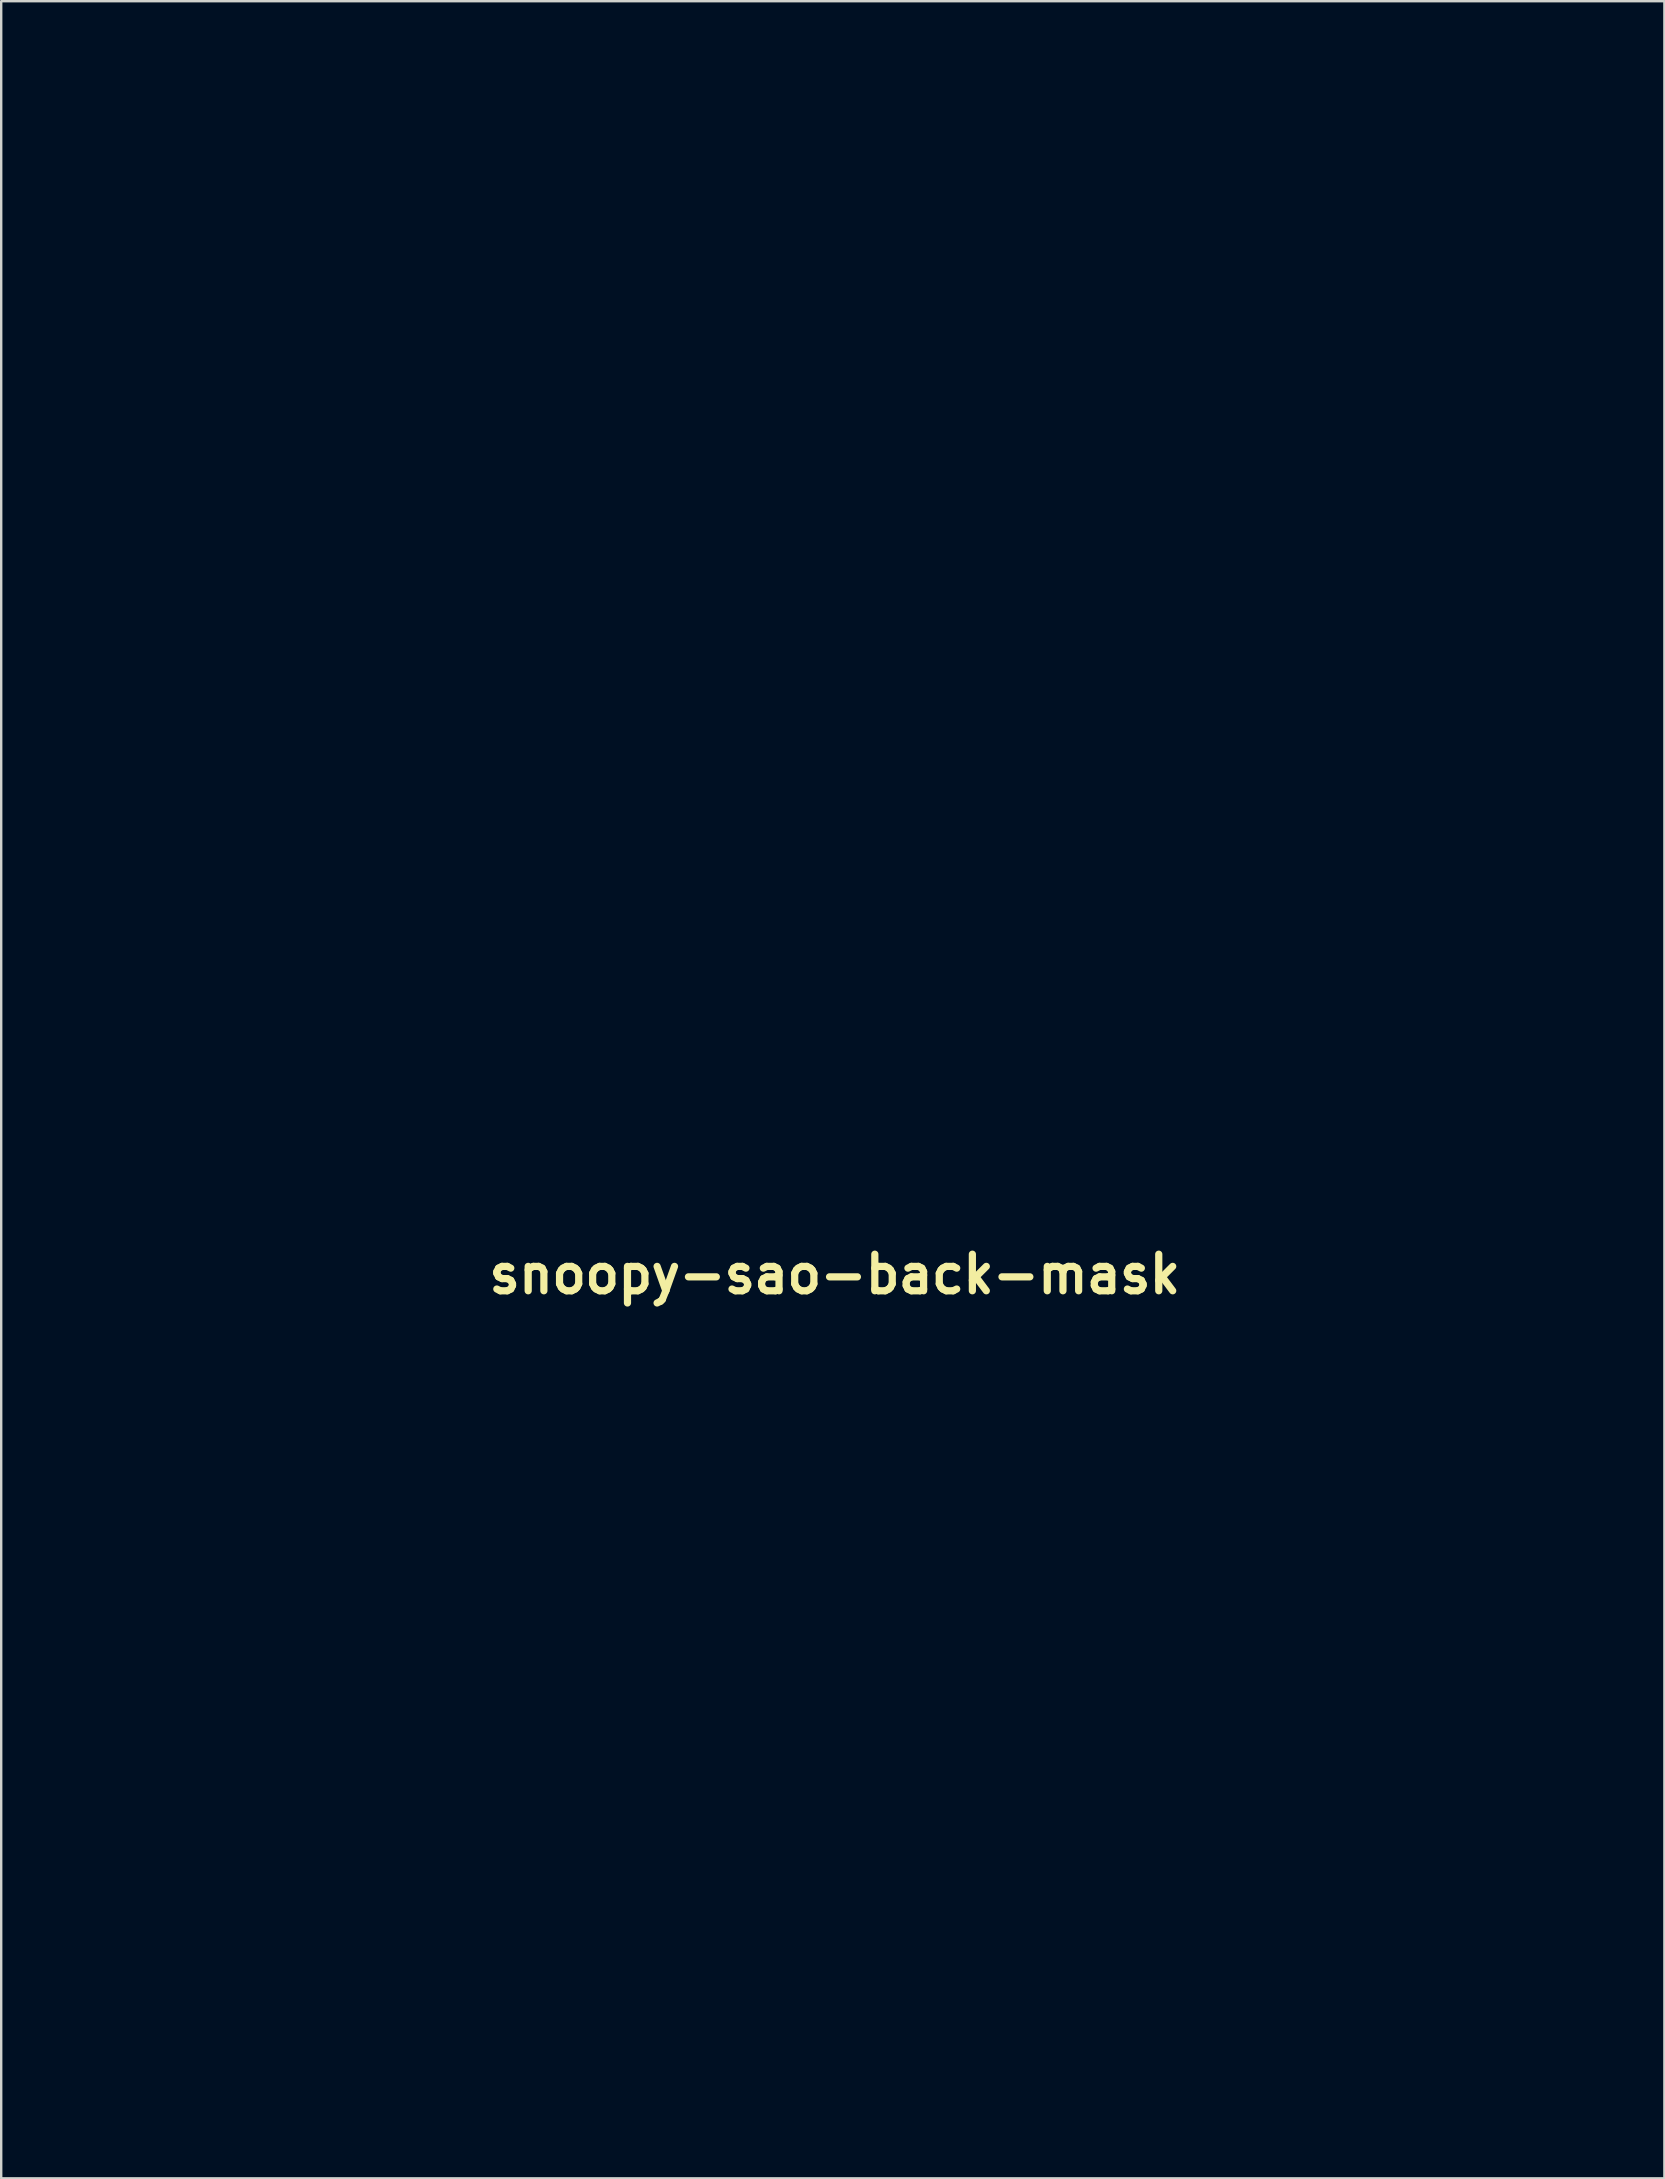
<source format=kicad_pcb>
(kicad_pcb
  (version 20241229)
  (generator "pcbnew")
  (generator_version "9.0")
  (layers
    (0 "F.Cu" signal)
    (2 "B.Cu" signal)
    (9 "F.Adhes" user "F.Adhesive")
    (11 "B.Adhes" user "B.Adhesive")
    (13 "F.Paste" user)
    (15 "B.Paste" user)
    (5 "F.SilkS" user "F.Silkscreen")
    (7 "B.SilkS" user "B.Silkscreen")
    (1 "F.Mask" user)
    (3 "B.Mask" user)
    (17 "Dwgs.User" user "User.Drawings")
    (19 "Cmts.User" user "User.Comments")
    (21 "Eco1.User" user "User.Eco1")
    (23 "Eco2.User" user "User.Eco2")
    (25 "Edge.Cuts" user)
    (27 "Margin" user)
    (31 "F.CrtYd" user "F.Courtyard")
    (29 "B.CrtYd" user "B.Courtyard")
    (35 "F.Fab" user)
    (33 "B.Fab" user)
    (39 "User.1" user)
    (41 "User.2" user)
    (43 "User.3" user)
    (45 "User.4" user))
  (footprint "snoopy-sao-back-mask"
    (layer "F.Cu")
    (at 31.728 50.037)
    (property "Reference" "snoopy-sao-back-mask" (at 0 0 0) (layer "F.SilkS") (effects (font (size 1.524 1.524) (thickness 0.3))))
    (attr through_hole)
    (fp_poly (pts (xy 0.711 -34.122) (xy 1.103 -33.608) (xy 1.427 -32.756) (xy 1.655 -31.624) (xy 1.756 -30.266) (xy 1.758 -30.19) (xy 1.731 -29.297) (xy 1.601 -28.8) (xy 1.376 -28.602) (xy 1.003 -28.476) (xy 0.746 -28.532) (xy 0.365 -28.838) (xy 0.301 -28.892) (xy -0.02 -29.423) (xy -0.264 -30.294) (xy -0.414 -31.342) (xy -0.457 -32.403) (xy -0.376 -33.314) (xy -0.159 -33.909) (xy 0.281 -34.241) (xy 0.711 -34.122)) (stroke (width 0.01) (type solid)) (fill yes) (layer "B.Mask"))
    (fp_poly (pts (xy 23.816 -34.96) (xy 23.788 -34.653) (xy 23.537 -34.31) (xy 23.206 -33.845) (xy 22.801 -33.178) (xy 22.389 -32.435) (xy 22.035 -31.74) (xy 21.807 -31.219) (xy 21.771 -30.997) (xy 21.778 -30.995) (xy 22.174 -31.197) (xy 22.732 -31.697) (xy 23.338 -32.37) (xy 23.873 -33.091) (xy 24.122 -33.513) (xy 24.524 -34.169) (xy 24.873 -34.519) (xy 25.099 -34.508) (xy 25.146 -34.284) (xy 25.356 -34.008) (xy 25.757 -33.791) (xy 26.323 -33.318) (xy 26.54 -32.781) (xy 26.716 -32.242) (xy 26.909 -32.005) (xy 26.917 -32.004) (xy 27.144 -31.838) (xy 27.358 -31.316) (xy 27.568 -30.405) (xy 27.78 -29.069) (xy 28.003 -27.274) (xy 28.096 -26.416) (xy 28.147 -25.017) (xy 27.98 -23.619) (xy 27.566 -22.132) (xy 26.88 -20.467) (xy 25.895 -18.535) (xy 25.547 -17.907) (xy 24.757 -16.53) (xy 24.137 -15.535) (xy 23.629 -14.848) (xy 23.177 -14.398) (xy 22.722 -14.112) (xy 22.424 -13.989) (xy 21.613 -13.644) (xy 20.897 -13.251) (xy 20.828 -13.204) (xy 20.16 -12.875) (xy 19.308 -12.619) (xy 19.116 -12.582) (xy 18.383 -12.506) (xy 17.885 -12.645) (xy 17.364 -13.077) (xy 17.287 -13.154) (xy 16.777 -13.779) (xy 16.455 -14.388) (xy 16.423 -14.509) (xy 16.135 -16.092) (xy 15.94 -17.319) (xy 15.822 -18.328) (xy 15.809 -18.542) (xy 21.082 -18.542) (xy 21.175 -18.333) (xy 21.251 -18.373) (xy 21.282 -18.674) (xy 21.251 -18.711) (xy 21.1 -18.676) (xy 21.082 -18.542) (xy 15.809 -18.542) (xy 15.764 -19.26) (xy 15.749 -20.208) (xy 15.814 -22.168) (xy 15.873 -22.606) (xy 24.384 -22.606) (xy 24.477 -22.397) (xy 24.553 -22.437) (xy 24.584 -22.738) (xy 24.553 -22.775) (xy 24.402 -22.74) (xy 24.384 -22.606) (xy 15.873 -22.606) (xy 16.011 -23.64) (xy 19.329 -23.64) (xy 19.491 -23.372) (xy 19.528 -23.368) (xy 19.715 -23.591) (xy 19.938 -24.158) (xy 20.047 -24.542) (xy 20.352 -25.499) (xy 20.658 -26.253) (xy 24.165 -26.253) (xy 24.319 -26.286) (xy 24.322 -26.289) (xy 24.501 -26.648) (xy 24.733 -27.36) (xy 24.971 -28.281) (xy 25.002 -28.417) (xy 25.186 -29.33) (xy 25.292 -30.035) (xy 25.299 -30.402) (xy 25.289 -30.421) (xy 25.168 -30.429) (xy 25.036 -30.153) (xy 24.867 -29.52) (xy 24.659 -28.575) (xy 24.468 -27.694) (xy 24.29 -26.922) (xy 24.227 -26.67) (xy 24.165 -26.253) (xy 20.658 -26.253) (xy 20.777 -26.547) (xy 20.966 -26.947) (xy 21.39 -27.831) (xy 21.547 -28.331) (xy 21.433 -28.498) (xy 21.043 -28.385) (xy 20.828 -28.283) (xy 20.27 -27.886) (xy 20.072 -27.333) (xy 20.062 -27.096) (xy 19.97 -26.318) (xy 19.747 -25.433) (xy 19.692 -25.273) (xy 19.398 -24.293) (xy 19.329 -23.64) (xy 16.011 -23.64) (xy 16.035 -23.82) (xy 16.456 -25.353) (xy 17.12 -26.956) (xy 17.514 -27.757) (xy 18.43 -29.489) (xy 19.284 -30.98) (xy 20.045 -32.183) (xy 20.682 -33.053) (xy 21.166 -33.545) (xy 21.433 -33.631) (xy 21.837 -33.728) (xy 22.333 -34.211) (xy 22.378 -34.271) (xy 22.869 -34.782) (xy 23.34 -35.043) (xy 23.416 -35.052) (xy 23.816 -34.96)) (stroke (width 0.01) (type solid)) (fill yes) (layer "B.Mask"))
    (fp_poly (pts (xy 4.217 -49.811) (xy 4.916 -49.217) (xy 5.419 -48.376) (xy 5.46 -48.264) (xy 5.736 -47.442) (xy 6.488 -48.06) (xy 7.621 -48.719) (xy 9.188 -49.21) (xy 11.14 -49.518) (xy 12.422 -49.608) (xy 13.677 -49.639) (xy 14.618 -49.591) (xy 15.436 -49.439) (xy 16.322 -49.161) (xy 16.471 -49.108) (xy 17.374 -48.749) (xy 18.125 -48.393) (xy 18.546 -48.129) (xy 18.978 -47.825) (xy 19.197 -47.751) (xy 19.51 -47.59) (xy 20.024 -47.185) (xy 20.263 -46.97) (xy 20.94 -46.453) (xy 21.872 -45.885) (xy 22.733 -45.447) (xy 23.618 -44.988) (xy 24.349 -44.505) (xy 24.761 -44.111) (xy 25.291 -43.533) (xy 25.804 -43.168) (xy 26.421 -42.673) (xy 26.795 -42.173) (xy 27.198 -41.531) (xy 27.724 -40.842) (xy 27.765 -40.795) (xy 28.235 -40.099) (xy 28.532 -39.388) (xy 28.545 -39.328) (xy 28.784 -38.65) (xy 29.198 -37.862) (xy 29.332 -37.654) (xy 29.811 -36.698) (xy 29.977 -35.596) (xy 29.98 -35.438) (xy 30.06 -34.563) (xy 30.254 -33.861) (xy 30.361 -33.67) (xy 30.589 -33.12) (xy 30.721 -32.32) (xy 30.734 -31.986) (xy 30.824 -31.016) (xy 31.047 -30.071) (xy 31.127 -29.856) (xy 31.377 -28.987) (xy 31.516 -27.986) (xy 31.525 -27.73) (xy 31.535 -26.775) (xy 31.553 -25.862) (xy 31.559 -25.654) (xy 31.529 -24.927) (xy 31.421 -23.94) (xy 31.289 -23.086) (xy 30.597 -20.234) (xy 29.601 -17.639) (xy 28.332 -15.336) (xy 26.82 -13.36) (xy 25.098 -11.747) (xy 23.196 -10.533) (xy 21.146 -9.752) (xy 19.279 -9.454) (xy 17.767 -9.459) (xy 16.582 -9.718) (xy 15.583 -10.288) (xy 14.63 -11.225) (xy 14.532 -11.341) (xy 13.995 -11.944) (xy 13.574 -12.345) (xy 13.405 -12.446) (xy 13.002 -12.289) (xy 12.35 -11.879) (xy 11.571 -11.309) (xy 10.788 -10.671) (xy 10.126 -10.057) (xy 9.933 -9.85) (xy 9.356 -9.033) (xy 8.877 -8.058) (xy 8.537 -7.055) (xy 8.374 -6.154) (xy 8.428 -5.484) (xy 8.552 -5.273) (xy 8.787 -4.94) (xy 8.642 -4.622) (xy 8.494 -4.466) (xy 8.275 -4.165) (xy 8.17 -3.737) (xy 8.165 -3.055) (xy 8.237 -2.08) (xy 8.394 -0.853) (xy 8.625 0.331) (xy 8.9 1.354) (xy 9.185 2.098) (xy 9.428 2.432) (xy 9.619 2.774) (xy 9.652 3.042) (xy 9.771 3.518) (xy 10.079 4.276) (xy 10.507 5.163) (xy 10.982 6.026) (xy 11.183 6.35) (xy 11.469 6.881) (xy 11.684 7.366) (xy 11.96 7.998) (xy 12.154 8.382) (xy 12.885 9.923) (xy 13.6 11.955) (xy 13.741 12.422) (xy 14.023 13.465) (xy 14.161 14.31) (xy 14.172 15.184) (xy 14.076 16.313) (xy 14.064 16.422) (xy 13.832 18.541) (xy 14.726 18.68) (xy 15.925 18.895) (xy 17.328 19.189) (xy 18.782 19.526) (xy 20.135 19.869) (xy 21.233 20.183) (xy 21.718 20.345) (xy 22.654 20.786) (xy 23.539 21.349) (xy 23.837 21.592) (xy 24.452 22.081) (xy 24.97 22.254) (xy 25.55 22.204) (xy 26.204 22.158) (xy 26.443 22.313) (xy 26.291 22.615) (xy 25.774 23.014) (xy 24.956 23.438) (xy 22.87 24.268) (xy 21.059 24.748) (xy 19.419 24.874) (xy 17.848 24.637) (xy 16.244 24.032) (xy 14.505 23.05) (xy 13.963 22.696) (xy 12.065 21.424) (xy 11.255 21.98) (xy 10.738 22.411) (xy 10.656 22.721) (xy 10.721 22.811) (xy 10.869 23.185) (xy 11.008 23.918) (xy 11.11 24.862) (xy 11.12 25.005) (xy 11.22 26.019) (xy 11.362 26.693) (xy 11.527 26.943) (xy 12.831 27.058) (xy 13.937 27.232) (xy 15.154 27.515) (xy 15.301 27.553) (xy 16.375 27.888) (xy 17.137 28.285) (xy 17.779 28.851) (xy 17.891 28.972) (xy 18.583 29.93) (xy 19.031 30.941) (xy 19.189 31.869) (xy 19.051 32.511) (xy 18.836 32.867) (xy 18.577 33.043) (xy 18.082 33.141) (xy 17.78 33.18) (xy 17.194 33.255) (xy 16.314 33.368) (xy 15.494 33.472) (xy 14.49 33.65) (xy 13.573 33.895) (xy 13.056 34.101) (xy 12.783 34.214) (xy 12.399 34.308) (xy 11.851 34.384) (xy 11.087 34.447) (xy 10.057 34.498) (xy 8.706 34.54) (xy 6.984 34.577) (xy 4.838 34.612) (xy 3.277 34.632) (xy 1.074 34.654) (xy -0.978 34.66) (xy -2.817 34.652) (xy -4.378 34.632) (xy -5.602 34.598) (xy -6.424 34.553) (xy -6.731 34.513) (xy -7.957 34.282) (xy -9.47 34.071) (xy -11.051 33.905) (xy -12.479 33.809) (xy -12.97 33.796) (xy -13.853 33.748) (xy -14.435 33.578) (xy -14.922 33.213) (xy -15.095 33.039) (xy -15.69 32.073) (xy -15.86 30.926) (xy -15.822 30.741) (xy -14.702 30.741) (xy -14.524 31.596) (xy -14.208 32.02) (xy -13.655 32.412) (xy -13.286 32.341) (xy -13.148 31.828) (xy -13.162 31.555) (xy -13.027 30.72) (xy -12.523 30.065) (xy -11.773 29.734) (xy -11.557 29.718) (xy -11.04 29.826) (xy -10.968 30.084) (xy -11.345 30.39) (xy -11.532 30.471) (xy -12.17 30.83) (xy -12.376 31.33) (xy -12.306 31.84) (xy -12.045 32.315) (xy -11.481 32.535) (xy -11.306 32.56) (xy -10.737 32.583) (xy -10.466 32.383) (xy -10.327 31.823) (xy -10.316 31.76) (xy -9.86 30.458) (xy -8.929 29.287) (xy -7.512 28.235) (xy -7.216 28.064) (xy -6.351 27.603) (xy -5.649 27.315) (xy -4.925 27.155) (xy -3.995 27.075) (xy -3.207 27.045) (xy -2.079 26.981) (xy -1.065 26.873) (xy -0.33 26.74) (xy -0.157 26.687) (xy 0.605 26.533) (xy 1.623 26.602) (xy 1.993 26.665) (xy 2.949 26.787) (xy 3.84 26.811) (xy 4.23 26.773) (xy 4.698 26.653) (xy 4.963 26.427) (xy 5.107 25.958) (xy 5.207 25.184) (xy 5.388 23.989) (xy 5.621 23.158) (xy 5.888 22.742) (xy 6.098 22.734) (xy 6.211 23.048) (xy 6.285 23.732) (xy 6.319 24.651) (xy 6.314 25.671) (xy 6.272 26.654) (xy 6.193 27.466) (xy 6.078 27.971) (xy 6.062 28.003) (xy 5.665 28.406) (xy 5.211 28.312) (xy 4.981 28.076) (xy 4.541 27.852) (xy 3.68 27.713) (xy 2.476 27.659) (xy 1.009 27.685) (xy -0.643 27.792) (xy -2.401 27.975) (xy -4.186 28.233) (xy -4.826 28.345) (xy -5.61 28.624) (xy -6.505 29.144) (xy -7.395 29.809) (xy -8.165 30.525) (xy -8.698 31.196) (xy -8.88 31.681) (xy -8.672 32.065) (xy -8.14 32.456) (xy -7.452 32.744) (xy -7.147 32.809) (xy -6.707 32.774) (xy -6.419 32.43) (xy -6.258 32.009) (xy -5.878 31.341) (xy -5.322 30.889) (xy -4.734 30.732) (xy -4.288 30.917) (xy -4.219 31.182) (xy -4.579 31.488) (xy -4.797 31.608) (xy -5.345 32.042) (xy -5.588 32.54) (xy -5.481 32.962) (xy -5.271 33.106) (xy -4.835 33.188) (xy -4.116 33.243) (xy -3.81 33.252) (xy -3.064 33.222) (xy -2.623 33.036) (xy -2.287 32.601) (xy -2.234 32.51) (xy -1.779 31.945) (xy -1.182 31.755) (xy -1.028 31.75) (xy -0.444 31.84) (xy -0.268 32.053) (xy -0.54 32.301) (xy -0.739 32.378) (xy -1.297 32.68) (xy -1.511 32.877) (xy -1.374 32.99) (xy -0.803 33.078) (xy 0.128 33.141) (xy 1.347 33.181) (xy 2.779 33.199) (xy 4.352 33.196) (xy 5.993 33.172) (xy 7.627 33.13) (xy 9.182 33.07) (xy 10.584 32.993) (xy 11.76 32.9) (xy 12.637 32.793) (xy 13.141 32.672) (xy 13.168 32.66) (xy 13.957 32.39) (xy 14.861 32.26) (xy 14.968 32.258) (xy 15.837 32.17) (xy 16.717 31.944) (xy 17.464 31.633) (xy 17.939 31.291) (xy 18.034 31.084) (xy 17.872 30.697) (xy 17.462 30.124) (xy 17.209 29.832) (xy 16.26 29.109) (xy 14.984 28.56) (xy 13.549 28.246) (xy 12.769 28.197) (xy 12.031 28.107) (xy 11.217 27.882) (xy 10.485 27.583) (xy 9.993 27.27) (xy 9.876 27.087) (xy 9.864 26.685) (xy 9.867 25.962) (xy 9.876 25.4) (xy 9.856 24.415) (xy 9.769 23.483) (xy 9.704 23.114) (xy 9.541 22.551) (xy 9.284 22.313) (xy 8.761 22.286) (xy 8.461 22.308) (xy 7.135 22.164) (xy 6.409 21.874) (xy 5.658 21.336) (xy 5.576 21.223) (xy 14.986 21.223) (xy 15.212 21.559) (xy 15.814 21.981) (xy 16.679 22.437) (xy 17.693 22.878) (xy 18.744 23.253) (xy 19.718 23.512) (xy 20.299 23.596) (xy 20.727 23.568) (xy 21.479 23.469) (xy 22.268 23.342) (xy 23.262 23.099) (xy 23.76 22.808) (xy 23.771 22.476) (xy 23.303 22.111) (xy 22.365 21.72) (xy 20.967 21.31) (xy 19.377 20.943) (xy 18.185 20.689) (xy 17.164 20.464) (xy 16.423 20.293) (xy 16.073 20.201) (xy 15.654 20.277) (xy 15.231 20.645) (xy 14.994 21.126) (xy 14.986 21.223) (xy 5.576 21.223) (xy 5.088 20.552) (xy 4.69 19.481) (xy 4.456 18.077) (xy 4.377 16.298) (xy 4.445 14.101) (xy 4.561 12.457) (xy 4.727 10.685) (xy 4.895 9.387) (xy 5.075 8.528) (xy 5.275 8.072) (xy 5.504 7.986) (xy 5.648 8.086) (xy 5.757 8.424) (xy 5.786 9.162) (xy 5.734 10.337) (xy 5.647 11.479) (xy 5.501 14.197) (xy 5.569 16.461) (xy 5.849 18.267) (xy 6.341 19.615) (xy 7.046 20.503) (xy 7.493 20.782) (xy 7.983 20.944) (xy 8.245 20.775) (xy 8.371 20.508) (xy 8.605 19.805) (xy 8.75 19.241) (xy 8.961 18.675) (xy 9.191 18.584) (xy 9.359 18.946) (xy 9.398 19.422) (xy 9.541 20.242) (xy 9.947 20.636) (xy 10.58 20.592) (xy 11.318 20.164) (xy 11.881 19.651) (xy 11.975 19.302) (xy 11.595 19.083) (xy 11.204 19.008) (xy 10.657 18.727) (xy 10.341 18.196) (xy 10.365 17.619) (xy 10.411 17.531) (xy 10.645 17.371) (xy 11.049 17.524) (xy 11.379 17.744) (xy 11.998 18.154) (xy 12.316 18.23) (xy 12.432 17.955) (xy 12.446 17.54) (xy 12.304 16.898) (xy 11.797 16.412) (xy 11.674 16.336) (xy 11.192 15.984) (xy 10.883 15.54) (xy 10.724 14.905) (xy 10.692 13.978) (xy 10.741 13.046) (xy 11.947 13.046) (xy 12.121 13.632) (xy 12.274 13.959) (xy 12.36 13.808) (xy 12.399 13.626) (xy 12.346 13.089) (xy 12.216 12.876) (xy 11.98 12.765) (xy 11.947 13.046) (xy 10.741 13.046) (xy 10.762 12.66) (xy 10.774 12.495) (xy 10.874 11.139) (xy 10.928 10.196) (xy 10.932 9.573) (xy 10.88 9.177) (xy 10.769 8.915) (xy 10.594 8.693) (xy 10.587 8.685) (xy 10.229 8.107) (xy 10.025 7.556) (xy 9.843 7.052) (xy 9.67 6.858) (xy 9.474 6.645) (xy 9.17 6.105) (xy 8.826 5.386) (xy 8.513 4.637) (xy 8.299 4.006) (xy 8.263 3.852) (xy 8.05 3.241) (xy 7.79 2.749) (xy 7.46 2.039) (xy 7.16 1.088) (xy 6.975 0.164) (xy 6.971 0.127) (xy 6.789 -1.103) (xy 6.563 -2.042) (xy 6.317 -2.602) (xy 6.191 -2.715) (xy 5.752 -2.709) (xy 5.074 -2.534) (xy 4.82 -2.44) (xy 3.982 -2.177) (xy 3.19 -2.038) (xy 3.043 -2.032) (xy 2.492 -1.938) (xy 2.284 -1.714) (xy 2.158 -1.25) (xy 1.843 -0.529) (xy 1.424 0.28) (xy 0.989 1.005) (xy 0.699 1.397) (xy -1.004 3.589) (xy -2.287 5.823) (xy -3.224 8.248) (xy -3.664 9.906) (xy -3.973 12.048) (xy -3.96 14.209) (xy -3.639 16.253) (xy -3.023 18.042) (xy -2.835 18.415) (xy -1.91 19.593) (xy -0.593 20.481) (xy 1.077 21.058) (xy 2.236 21.245) (xy 3.442 21.473) (xy 4.371 21.855) (xy 4.94 22.346) (xy 5.08 22.764) (xy 4.992 22.968) (xy 4.658 23.045) (xy 3.972 23.011) (xy 3.581 22.97) (xy 2.729 22.892) (xy 2.235 22.922) (xy 1.955 23.092) (xy 1.789 23.348) (xy 1.62 24.054) (xy 1.666 25.029) (xy 1.739 25.752) (xy 1.661 26.092) (xy 1.477 26.162) (xy 0.981 26.028) (xy 0.876 25.957) (xy 0.614 25.889) (xy 0.023 25.867) (xy -0.932 25.895) (xy -2.283 25.973) (xy -4.063 26.103) (xy -6.307 26.286) (xy -6.992 26.345) (xy -8.226 26.48) (xy -9.08 26.652) (xy -9.682 26.895) (xy -10.011 27.114) (xy -10.69 27.508) (xy -11.359 27.692) (xy -11.401 27.693) (xy -12.051 27.874) (xy -12.858 28.327) (xy -13.65 28.934) (xy -14.26 29.575) (xy -14.403 29.793) (xy -14.702 30.741) (xy -15.822 30.741) (xy -15.606 29.697) (xy -15.126 28.765) (xy -14.672 28.149) (xy -14.299 27.758) (xy -14.163 27.686) (xy -13.825 27.535) (xy -13.296 27.161) (xy -13.162 27.051) (xy -12.385 26.587) (xy -11.64 26.416) (xy -10.888 26.265) (xy -10.152 25.903) (xy -10.149 25.9) (xy -9.567 25.59) (xy -8.84 25.444) (xy -7.824 25.426) (xy -6.977 25.424) (xy -5.873 25.387) (xy -4.614 25.322) (xy -3.306 25.237) (xy -2.052 25.14) (xy -0.955 25.038) (xy -0.121 24.939) (xy 0.348 24.851) (xy 0.408 24.823) (xy 0.529 24.502) (xy 0.656 23.874) (xy 0.69 23.643) (xy 0.744 22.973) (xy 0.644 22.67) (xy 0.399 22.606) (xy -0.24 22.463) (xy -1.121 22.088) (xy -2.091 21.566) (xy -2.992 20.978) (xy -3.599 20.479) (xy -4.312 19.473) (xy -4.854 18.029) (xy -5.214 16.19) (xy -5.381 13.999) (xy -5.389 13.589) (xy -5.18 10.827) (xy -4.51 8.075) (xy -3.417 5.435) (xy -1.937 3.011) (xy -1.172 2.038) (xy -0.419 1.053) (xy 0.246 0.011) (xy 0.695 -0.886) (xy 0.72 -0.952) (xy 1.216 -2.297) (xy 0.671 -2.584) (xy 0.174 -2.913) (xy -0.046 -3.136) (xy -0.078 -3.595) (xy 0.233 -4.128) (xy 0.272 -4.159) (xy 5.045 -4.159) (xy 5.382 -4.115) (xy 5.461 -4.114) (xy 5.895 -4.141) (xy 5.933 -4.22) (xy 5.91 -4.231) (xy 5.406 -4.281) (xy 5.148 -4.24) (xy 5.045 -4.159) (xy 0.272 -4.159) (xy 0.782 -4.566) (xy 0.872 -4.611) (xy 1.267 -4.877) (xy 1.347 -5.286) (xy 1.277 -5.683) (xy 0.992 -6.676) (xy 0.593 -7.421) (xy -0.011 -7.997) (xy -0.91 -8.485) (xy -2.195 -8.963) (xy -2.604 -9.096) (xy -4.446 -9.643) (xy -6.276 -10.096) (xy -8.241 -10.486) (xy -10.487 -10.842) (xy -11.891 -11.034) (xy -13.211 -11.226) (xy -14.451 -11.439) (xy -15.466 -11.648) (xy -16.082 -11.814) (xy -16.839 -12.045) (xy -17.45 -12.177) (xy -17.583 -12.188) (xy -18.428 -12.375) (xy -19.504 -12.882) (xy -20.709 -13.645) (xy -21.939 -14.602) (xy -22.816 -15.408) (xy -24.677 -17.253) (xy -25.656 -16.605) (xy -26.782 -16.076) (xy -28.046 -15.817) (xy -29.276 -15.843) (xy -30.301 -16.168) (xy -30.401 -16.227) (xy -31.163 -16.99) (xy -31.608 -18.05) (xy -31.723 -19.296) (xy -31.71 -19.368) (xy -30.5 -19.368) (xy -30.116 -18.005) (xy -30.093 -17.949) (xy -29.654 -17.448) (xy -28.928 -17.108) (xy -28.472 -17.034) (xy -28.274 -17.097) (xy -28.446 -17.381) (xy -28.536 -17.483) (xy -28.952 -18.265) (xy -28.945 -19.111) (xy -28.571 -19.913) (xy -27.884 -20.56) (xy -26.938 -20.943) (xy -26.79 -20.969) (xy -25.654 -21.14) (xy -25.654 -22.36) (xy -25.704 -23.389) (xy -23.966 -23.389) (xy -23.966 -23.368) (xy -23.925 -21.741) (xy -23.791 -20.488) (xy -23.527 -19.478) (xy -23.092 -18.58) (xy -22.449 -17.663) (xy -22.199 -17.35) (xy -21.224 -16.363) (xy -19.961 -15.362) (xy -18.601 -14.483) (xy -17.332 -13.86) (xy -17.203 -13.811) (xy -16.413 -13.57) (xy -15.306 -13.286) (xy -14.012 -12.988) (xy -12.663 -12.703) (xy -11.387 -12.458) (xy -10.316 -12.28) (xy -9.579 -12.197) (xy -9.481 -12.194) (xy -8.745 -12.134) (xy -7.811 -11.984) (xy -7.393 -11.896) (xy -6.051 -11.754) (xy -4.451 -11.842) (xy -2.771 -12.132) (xy -1.191 -12.596) (xy -0.3 -12.98) (xy 0.713 -13.584) (xy 1.835 -14.399) (xy 2.967 -15.336) (xy 4.008 -16.306) (xy 4.86 -17.218) (xy 5.423 -17.985) (xy 5.546 -18.233) (xy 5.785 -19.146) (xy 5.88 -20.123) (xy 5.878 -20.225) (xy 5.961 -21.116) (xy 6.234 -21.599) (xy 6.673 -21.77) (xy 7.009 -21.46) (xy 7.252 -20.658) (xy 7.283 -20.477) (xy 7.324 -19.749) (xy 7.104 -19.251) (xy 6.893 -19.028) (xy 6.489 -18.447) (xy 6.35 -17.907) (xy 6.228 -17.325) (xy 6.032 -17.035) (xy 5.727 -16.779) (xy 5.119 -16.265) (xy 4.292 -15.564) (xy 3.332 -14.747) (xy 3.195 -14.631) (xy 1.345 -13.18) (xy -0.292 -12.161) (xy -1.708 -11.578) (xy -2.69 -11.43) (xy -3.199 -11.369) (xy -3.222 -11.189) (xy -2.768 -10.898) (xy -1.842 -10.502) (xy -1.711 -10.452) (xy -0.712 -10.038) (xy 0.24 -9.578) (xy 0.795 -9.263) (xy 1.578 -8.543) (xy 2.246 -7.549) (xy 2.684 -6.482) (xy 2.794 -5.762) (xy 2.859 -5.368) (xy 3.112 -5.142) (xy 3.635 -5.068) (xy 4.514 -5.127) (xy 5.362 -5.236) (xy 6.477 -5.392) (xy 7.062 -7.205) (xy 7.474 -8.377) (xy 7.912 -9.33) (xy 8.451 -10.145) (xy 9.163 -10.905) (xy 10.121 -11.691) (xy 11.399 -12.585) (xy 12.51 -13.31) (xy 13.261 -13.794) (xy 13.097 -17.247) (xy 13.045 -19.923) (xy 13.177 -22.218) (xy 13.507 -24.227) (xy 14.05 -26.05) (xy 14.698 -27.539) (xy 15.361 -28.776) (xy 16.012 -29.825) (xy 16.603 -30.619) (xy 17.083 -31.094) (xy 17.404 -31.184) (xy 17.434 -31.161) (xy 17.442 -30.84) (xy 17.225 -30.256) (xy 17.033 -29.891) (xy 16.576 -29.068) (xy 16.037 -28.049) (xy 15.664 -27.318) (xy 15.112 -25.904) (xy 14.708 -24.231) (xy 14.45 -22.382) (xy 14.333 -20.441) (xy 14.353 -18.494) (xy 14.507 -16.623) (xy 14.791 -14.913) (xy 15.201 -13.448) (xy 15.734 -12.313) (xy 16.362 -11.607) (xy 17.252 -11.225) (xy 18.413 -11.064) (xy 19.66 -11.123) (xy 20.807 -11.4) (xy 21.358 -11.662) (xy 21.995 -12.002) (xy 22.486 -12.182) (xy 22.56 -12.191) (xy 22.933 -12.352) (xy 23.554 -12.769) (xy 24.304 -13.348) (xy 25.064 -13.99) (xy 25.716 -14.602) (xy 26.142 -15.086) (xy 26.158 -15.108) (xy 26.927 -16.258) (xy 27.469 -17.094) (xy 27.844 -17.718) (xy 28.116 -18.234) (xy 28.328 -18.702) (xy 28.832 -20.027) (xy 29.271 -21.444) (xy 29.569 -22.703) (xy 29.602 -22.896) (xy 29.755 -24.214) (xy 29.831 -25.657) (xy 29.833 -27.076) (xy 29.761 -28.323) (xy 29.616 -29.251) (xy 29.57 -29.409) (xy 29.338 -30.337) (xy 29.216 -31.267) (xy 29.21 -31.451) (xy 29.088 -32.309) (xy 28.786 -33.223) (xy 28.702 -33.401) (xy 28.372 -34.287) (xy 28.201 -35.212) (xy 28.194 -35.384) (xy 28.058 -36.275) (xy 27.72 -37.037) (xy 27.715 -37.045) (xy 27.315 -37.765) (xy 26.992 -38.607) (xy 26.974 -38.669) (xy 26.493 -39.748) (xy 25.649 -40.96) (xy 24.533 -42.208) (xy 23.232 -43.394) (xy 21.837 -44.421) (xy 21.538 -44.608) (xy 20.729 -45.144) (xy 20.076 -45.655) (xy 19.733 -46.016) (xy 19.303 -46.447) (xy 18.643 -46.852) (xy 18.542 -46.899) (xy 17.679 -47.274) (xy 16.833 -47.64) (xy 16.819 -47.646) (xy 15.988 -47.862) (xy 14.807 -47.988) (xy 13.422 -48.027) (xy 11.983 -47.981) (xy 10.637 -47.853) (xy 9.533 -47.645) (xy 9.155 -47.525) (xy 7.898 -46.915) (xy 6.54 -46.044) (xy 5.287 -45.055) (xy 4.513 -44.291) (xy 3.752 -43.58) (xy 2.663 -42.754) (xy 1.387 -41.903) (xy 0.063 -41.115) (xy -1.172 -40.476) (xy -2.135 -40.089) (xy -3.152 -39.842) (xy -4.422 -39.668) (xy -6.042 -39.555) (xy -7.239 -39.511) (xy -8.66 -39.455) (xy -10.015 -39.372) (xy -11.165 -39.273) (xy -11.972 -39.166) (xy -12.065 -39.148) (xy -14.491 -38.434) (xy -16.635 -37.349) (xy -18.534 -35.863) (xy -20.229 -33.946) (xy -21.757 -31.569) (xy -21.777 -31.532) (xy -22.688 -29.779) (xy -23.318 -28.252) (xy -23.712 -26.788) (xy -23.913 -25.221) (xy -23.966 -23.389) (xy -25.704 -23.389) (xy -25.708 -23.48) (xy -25.903 -24.136) (xy -26.286 -24.361) (xy -26.907 -24.191) (xy -27.628 -23.781) (xy -29.051 -22.731) (xy -29.989 -21.68) (xy -30.465 -20.576) (xy -30.5 -19.368) (xy -31.71 -19.368) (xy -31.494 -20.619) (xy -31.07 -21.628) (xy -30.507 -22.425) (xy -29.712 -23.25) (xy -28.789 -24.027) (xy -27.839 -24.683) (xy -26.965 -25.143) (xy -26.268 -25.332) (xy -26.012 -25.299) (xy -25.717 -25.365) (xy -25.654 -25.689) (xy -25.499 -26.92) (xy -25.068 -28.424) (xy -24.412 -30.085) (xy -23.584 -31.788) (xy -22.634 -33.417) (xy -21.615 -34.858) (xy -21.475 -35.033) (xy -19.471 -37.188) (xy -17.399 -38.854) (xy -15.267 -40.026) (xy -13.084 -40.698) (xy -12.827 -40.744) (xy -12.112 -40.868) (xy -11.191 -41.035) (xy -10.795 -41.11) (xy -9.721 -41.235) (xy -8.578 -41.254) (xy -8.255 -41.234) (xy -6.345 -41.174) (xy -4.408 -41.323) (xy -2.582 -41.655) (xy -1.008 -42.149) (xy -0.077 -42.609) (xy 0.507 -43.006) (xy 1.274 -43.577) (xy 2.132 -44.246) (xy 2.984 -44.934) (xy 3.736 -45.567) (xy 4.294 -46.065) (xy 4.561 -46.354) (xy 4.572 -46.383) (xy 4.424 -46.743) (xy 4.062 -47.319) (xy 3.604 -47.945) (xy 3.171 -48.457) (xy 2.901 -48.684) (xy 2.435 -48.643) (xy 2.066 -48.418) (xy 1.584 -48.059) (xy 1.387 -48.089) (xy 1.506 -48.499) (xy 1.545 -48.578) (xy 2.113 -49.34) (xy 2.847 -49.868) (xy 3.464 -50.032) (xy 4.217 -49.811)) (stroke (width 0.01) (type solid)) (fill yes) (layer "B.Mask")))
  (gr_rect
    (start -3 -3)
    (end 66.292 87.703)
    (stroke (width 0.1) (type default))
    (fill no)
    (layer "Edge.Cuts")))
</source>
